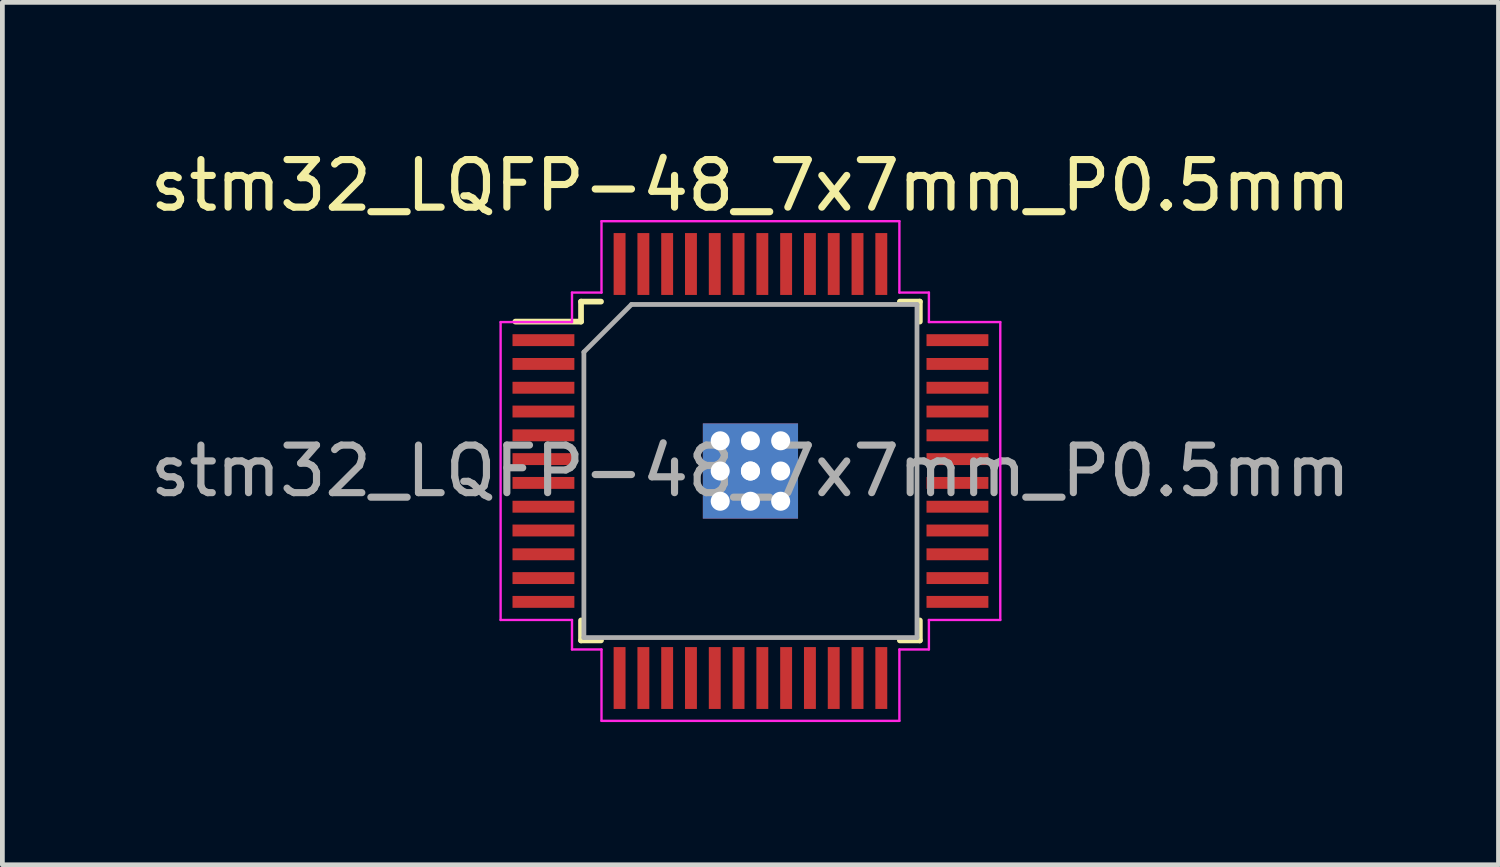
<source format=kicad_pcb>
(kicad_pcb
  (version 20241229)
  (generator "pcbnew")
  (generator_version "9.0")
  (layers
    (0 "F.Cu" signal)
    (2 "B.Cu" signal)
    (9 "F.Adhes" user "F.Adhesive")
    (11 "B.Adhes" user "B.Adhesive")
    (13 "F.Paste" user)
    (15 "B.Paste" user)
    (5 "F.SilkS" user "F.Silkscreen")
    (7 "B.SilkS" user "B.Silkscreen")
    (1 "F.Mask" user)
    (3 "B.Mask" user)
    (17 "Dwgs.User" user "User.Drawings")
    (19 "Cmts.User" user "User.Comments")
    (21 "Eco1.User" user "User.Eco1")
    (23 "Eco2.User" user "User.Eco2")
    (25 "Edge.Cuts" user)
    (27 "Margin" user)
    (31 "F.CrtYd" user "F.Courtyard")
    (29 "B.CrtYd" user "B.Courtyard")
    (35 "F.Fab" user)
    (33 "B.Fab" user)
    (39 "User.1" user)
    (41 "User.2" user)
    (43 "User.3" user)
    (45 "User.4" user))
  (footprint "stm32_LQFP-48_7x7mm_P0.5mm"
    (layer "F.Cu")
    (at 12.72 6.848)
    (property "Reference" "stm32_LQFP-48_7x7mm_P0.5mm" (at 0 -6 0) (layer "F.SilkS") (effects (font (size 1 1) (thickness 0.15))))
    (attr smd)
    (fp_line (start -3.56 -3.56) (end -3.56 -3.14) (stroke (width 0.12) (type solid)) (layer "F.SilkS"))
    (fp_line (start -3.56 -3.56) (end -3.14 -3.56) (stroke (width 0.12) (type solid)) (layer "F.SilkS"))
    (fp_line (start -3.56 -3.14) (end -4.94 -3.14) (stroke (width 0.12) (type solid)) (layer "F.SilkS"))
    (fp_line (start -3.56 3.56) (end -3.56 3.14) (stroke (width 0.12) (type solid)) (layer "F.SilkS"))
    (fp_line (start -3.56 3.56) (end -3.14 3.56) (stroke (width 0.12) (type solid)) (layer "F.SilkS"))
    (fp_line (start 3.56 -3.56) (end 3.14 -3.56) (stroke (width 0.12) (type solid)) (layer "F.SilkS"))
    (fp_line (start 3.56 -3.56) (end 3.56 -3.14) (stroke (width 0.12) (type solid)) (layer "F.SilkS"))
    (fp_line (start 3.56 3.56) (end 3.14 3.56) (stroke (width 0.12) (type solid)) (layer "F.SilkS"))
    (fp_line (start 3.56 3.56) (end 3.56 3.14) (stroke (width 0.12) (type solid)) (layer "F.SilkS"))
    (fp_line (start -5.25 -3.13) (end -5.25 3.13) (stroke (width 0.05) (type solid)) (layer "F.CrtYd"))
    (fp_line (start -3.75 -3.13) (end -5.25 -3.13) (stroke (width 0.05) (type solid)) (layer "F.CrtYd"))
    (fp_line (start -3.75 -3.13) (end -3.75 -3.75) (stroke (width 0.05) (type solid)) (layer "F.CrtYd"))
    (fp_line (start -3.75 3.13) (end -5.25 3.13) (stroke (width 0.05) (type solid)) (layer "F.CrtYd"))
    (fp_line (start -3.75 3.13) (end -3.75 3.75) (stroke (width 0.05) (type solid)) (layer "F.CrtYd"))
    (fp_line (start -3.13 -5.25) (end 3.13 -5.25) (stroke (width 0.05) (type solid)) (layer "F.CrtYd"))
    (fp_line (start -3.13 -3.75) (end -3.75 -3.75) (stroke (width 0.05) (type solid)) (layer "F.CrtYd"))
    (fp_line (start -3.13 -3.75) (end -3.13 -5.25) (stroke (width 0.05) (type solid)) (layer "F.CrtYd"))
    (fp_line (start -3.13 3.75) (end -3.75 3.75) (stroke (width 0.05) (type solid)) (layer "F.CrtYd"))
    (fp_line (start -3.13 3.75) (end -3.13 5.25) (stroke (width 0.05) (type solid)) (layer "F.CrtYd"))
    (fp_line (start -3.13 5.25) (end 3.13 5.25) (stroke (width 0.05) (type solid)) (layer "F.CrtYd"))
    (fp_line (start 3.13 -3.75) (end 3.13 -5.25) (stroke (width 0.05) (type solid)) (layer "F.CrtYd"))
    (fp_line (start 3.13 -3.75) (end 3.75 -3.75) (stroke (width 0.05) (type solid)) (layer "F.CrtYd"))
    (fp_line (start 3.13 3.75) (end 3.75 3.75) (stroke (width 0.05) (type solid)) (layer "F.CrtYd"))
    (fp_line (start 3.13 5.25) (end 3.13 3.75) (stroke (width 0.05) (type solid)) (layer "F.CrtYd"))
    (fp_line (start 3.75 -3.13) (end 3.75 -3.75) (stroke (width 0.05) (type solid)) (layer "F.CrtYd"))
    (fp_line (start 3.75 -3.13) (end 5.25 -3.13) (stroke (width 0.05) (type solid)) (layer "F.CrtYd"))
    (fp_line (start 3.75 3.13) (end 3.75 3.75) (stroke (width 0.05) (type solid)) (layer "F.CrtYd"))
    (fp_line (start 3.75 3.13) (end 5.25 3.13) (stroke (width 0.05) (type solid)) (layer "F.CrtYd"))
    (fp_line (start 5.25 -3.13) (end 5.25 3.13) (stroke (width 0.05) (type solid)) (layer "F.CrtYd"))
    (fp_line (start -3.5 -2.5) (end -2.5 -3.5) (stroke (width 0.1) (type solid)) (layer "F.Fab"))
    (fp_line (start -3.5 3.5) (end -3.5 -2.5) (stroke (width 0.1) (type solid)) (layer "F.Fab"))
    (fp_line (start -2.5 -3.5) (end 3.5 -3.5) (stroke (width 0.1) (type solid)) (layer "F.Fab"))
    (fp_line (start 3.5 -3.5) (end 3.5 3.5) (stroke (width 0.1) (type solid)) (layer "F.Fab"))
    (fp_line (start 3.5 3.5) (end -3.5 3.5) (stroke (width 0.1) (type solid)) (layer "F.Fab"))
    (fp_text user "${REFERENCE}" (at 0 0 0) (layer "F.Fab") (effects (font (size 1 1) (thickness 0.15))))
    (pad "" thru_hole circle (at -0.635 -0.635) (size 0.5 0.5) (drill 0.4) (layers "*.Cu"))
    (pad "" thru_hole circle (at -0.635 0) (size 0.5 0.5) (drill 0.4) (layers "*.Cu"))
    (pad "" thru_hole circle (at -0.635 0.635) (size 0.5 0.5) (drill 0.4) (layers "*.Cu"))
    (pad "" thru_hole circle (at 0 -0.635) (size 0.5 0.5) (drill 0.4) (layers "*.Cu"))
    (pad "" thru_hole circle (at 0 0) (size 0.5 0.5) (drill 0.4) (layers "*.Cu"))
    (pad "" thru_hole circle (at 0 0.635) (size 0.5 0.5) (drill 0.4) (layers "*.Cu"))
    (pad "" thru_hole circle (at 0.635 -0.635) (size 0.5 0.5) (drill 0.4) (layers "*.Cu"))
    (pad "" thru_hole circle (at 0.635 0) (size 0.5 0.5) (drill 0.4) (layers "*.Cu"))
    (pad "" thru_hole circle (at 0.635 0.635) (size 0.5 0.5) (drill 0.4) (layers "*.Cu"))
    (pad "1" smd rect (at -4.35 -2.75) (size 1.3 0.25) (layers "F.Cu" "F.Mask" "F.Paste"))
    (pad "2" smd rect (at -4.35 -2.25) (size 1.3 0.25) (layers "F.Cu" "F.Mask" "F.Paste"))
    (pad "3" smd rect (at -4.35 -1.75) (size 1.3 0.25) (layers "F.Cu" "F.Mask" "F.Paste"))
    (pad "4" smd rect (at -4.35 -1.25) (size 1.3 0.25) (layers "F.Cu" "F.Mask" "F.Paste"))
    (pad "5" smd rect (at -4.35 -0.75) (size 1.3 0.25) (layers "F.Cu" "F.Mask" "F.Paste"))
    (pad "6" smd rect (at -4.35 -0.25) (size 1.3 0.25) (layers "F.Cu" "F.Mask" "F.Paste"))
    (pad "7" smd rect (at -4.35 0.25) (size 1.3 0.25) (layers "F.Cu" "F.Mask" "F.Paste"))
    (pad "8" smd rect (at -4.35 0.75) (size 1.3 0.25) (layers "F.Cu" "F.Mask" "F.Paste"))
    (pad "9" smd rect (at -4.35 1.25) (size 1.3 0.25) (layers "F.Cu" "F.Mask" "F.Paste"))
    (pad "10" smd rect (at -4.35 1.75) (size 1.3 0.25) (layers "F.Cu" "F.Mask" "F.Paste"))
    (pad "11" smd rect (at -4.35 2.25) (size 1.3 0.25) (layers "F.Cu" "F.Mask" "F.Paste"))
    (pad "12" smd rect (at -4.35 2.75) (size 1.3 0.25) (layers "F.Cu" "F.Mask" "F.Paste"))
    (pad "13" smd rect (at -2.75 4.35 90) (size 1.3 0.25) (layers "F.Cu" "F.Mask" "F.Paste"))
    (pad "14" smd rect (at -2.25 4.35 90) (size 1.3 0.25) (layers "F.Cu" "F.Mask" "F.Paste"))
    (pad "15" smd rect (at -1.75 4.35 90) (size 1.3 0.25) (layers "F.Cu" "F.Mask" "F.Paste"))
    (pad "16" smd rect (at -1.25 4.35 90) (size 1.3 0.25) (layers "F.Cu" "F.Mask" "F.Paste"))
    (pad "17" smd rect (at -0.75 4.35 90) (size 1.3 0.25) (layers "F.Cu" "F.Mask" "F.Paste"))
    (pad "18" smd rect (at -0.25 4.35 90) (size 1.3 0.25) (layers "F.Cu" "F.Mask" "F.Paste"))
    (pad "19" smd rect (at 0.25 4.35 90) (size 1.3 0.25) (layers "F.Cu" "F.Mask" "F.Paste"))
    (pad "20" smd rect (at 0.75 4.35 90) (size 1.3 0.25) (layers "F.Cu" "F.Mask" "F.Paste"))
    (pad "21" smd rect (at 1.25 4.35 90) (size 1.3 0.25) (layers "F.Cu" "F.Mask" "F.Paste"))
    (pad "22" smd rect (at 1.75 4.35 90) (size 1.3 0.25) (layers "F.Cu" "F.Mask" "F.Paste"))
    (pad "23" smd rect (at 2.25 4.35 90) (size 1.3 0.25) (layers "F.Cu" "F.Mask" "F.Paste"))
    (pad "24" smd rect (at 2.75 4.35 90) (size 1.3 0.25) (layers "F.Cu" "F.Mask" "F.Paste"))
    (pad "25" smd rect (at 4.35 2.75) (size 1.3 0.25) (layers "F.Cu" "F.Mask" "F.Paste"))
    (pad "26" smd rect (at 4.35 2.25) (size 1.3 0.25) (layers "F.Cu" "F.Mask" "F.Paste"))
    (pad "27" smd rect (at 4.35 1.75) (size 1.3 0.25) (layers "F.Cu" "F.Mask" "F.Paste"))
    (pad "28" smd rect (at 4.35 1.25) (size 1.3 0.25) (layers "F.Cu" "F.Mask" "F.Paste"))
    (pad "29" smd rect (at 4.35 0.75) (size 1.3 0.25) (layers "F.Cu" "F.Mask" "F.Paste"))
    (pad "30" smd rect (at 4.35 0.25) (size 1.3 0.25) (layers "F.Cu" "F.Mask" "F.Paste"))
    (pad "31" smd rect (at 4.35 -0.25) (size 1.3 0.25) (layers "F.Cu" "F.Mask" "F.Paste"))
    (pad "32" smd rect (at 4.35 -0.75) (size 1.3 0.25) (layers "F.Cu" "F.Mask" "F.Paste"))
    (pad "33" smd rect (at 4.35 -1.25) (size 1.3 0.25) (layers "F.Cu" "F.Mask" "F.Paste"))
    (pad "34" smd rect (at 4.35 -1.75) (size 1.3 0.25) (layers "F.Cu" "F.Mask" "F.Paste"))
    (pad "35" smd rect (at 4.35 -2.25) (size 1.3 0.25) (layers "F.Cu" "F.Mask" "F.Paste"))
    (pad "36" smd rect (at 4.35 -2.75) (size 1.3 0.25) (layers "F.Cu" "F.Mask" "F.Paste"))
    (pad "37" smd rect (at 2.75 -4.35 90) (size 1.3 0.25) (layers "F.Cu" "F.Mask" "F.Paste"))
    (pad "38" smd rect (at 2.25 -4.35 90) (size 1.3 0.25) (layers "F.Cu" "F.Mask" "F.Paste"))
    (pad "39" smd rect (at 1.75 -4.35 90) (size 1.3 0.25) (layers "F.Cu" "F.Mask" "F.Paste"))
    (pad "40" smd rect (at 1.25 -4.35 90) (size 1.3 0.25) (layers "F.Cu" "F.Mask" "F.Paste"))
    (pad "41" smd rect (at 0.75 -4.35 90) (size 1.3 0.25) (layers "F.Cu" "F.Mask" "F.Paste"))
    (pad "42" smd rect (at 0.25 -4.35 90) (size 1.3 0.25) (layers "F.Cu" "F.Mask" "F.Paste"))
    (pad "43" smd rect (at -0.25 -4.35 90) (size 1.3 0.25) (layers "F.Cu" "F.Mask" "F.Paste"))
    (pad "44" smd rect (at -0.75 -4.35 90) (size 1.3 0.25) (layers "F.Cu" "F.Mask" "F.Paste"))
    (pad "45" smd rect (at -1.25 -4.35 90) (size 1.3 0.25) (layers "F.Cu" "F.Mask" "F.Paste"))
    (pad "46" smd rect (at -1.75 -4.35 90) (size 1.3 0.25) (layers "F.Cu" "F.Mask" "F.Paste"))
    (pad "47" smd rect (at -2.25 -4.35 90) (size 1.3 0.25) (layers "F.Cu" "F.Mask" "F.Paste"))
    (pad "47" thru_hole rect (at 0 0) (size 2 2) (drill 0.4) (layers "*.Cu"))
    (pad "48" smd rect (at -2.75 -4.35 90) (size 1.3 0.25) (layers "F.Cu" "F.Mask" "F.Paste")))
  (gr_rect
    (start -3 -3)
    (end 28.44 15.123)
    (stroke (width 0.1) (type default))
    (fill no)
    (layer "Edge.Cuts")))
</source>
